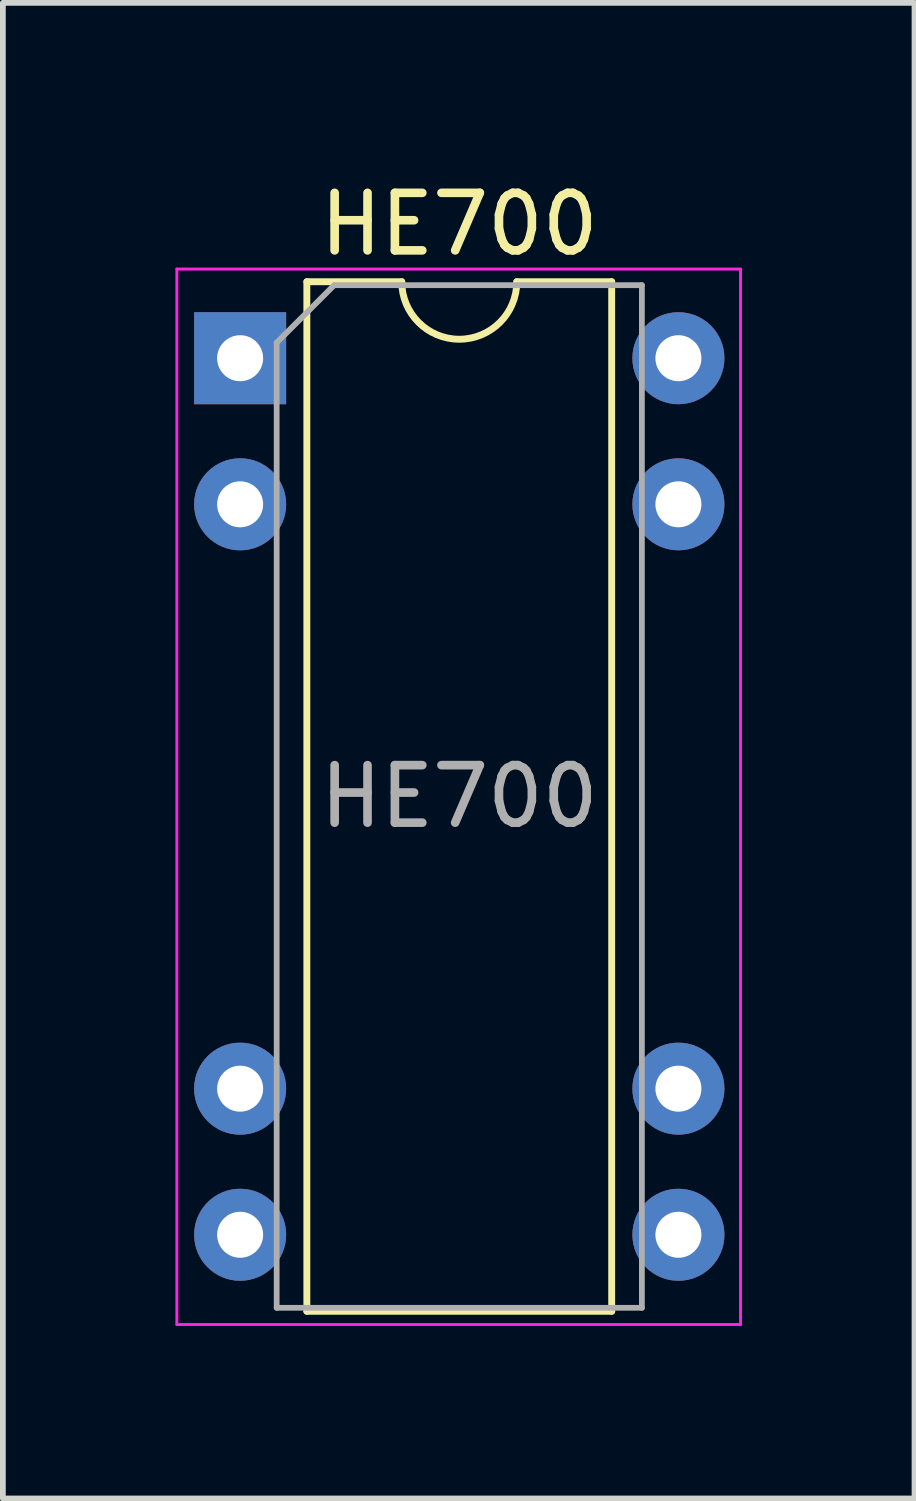
<source format=kicad_pcb>
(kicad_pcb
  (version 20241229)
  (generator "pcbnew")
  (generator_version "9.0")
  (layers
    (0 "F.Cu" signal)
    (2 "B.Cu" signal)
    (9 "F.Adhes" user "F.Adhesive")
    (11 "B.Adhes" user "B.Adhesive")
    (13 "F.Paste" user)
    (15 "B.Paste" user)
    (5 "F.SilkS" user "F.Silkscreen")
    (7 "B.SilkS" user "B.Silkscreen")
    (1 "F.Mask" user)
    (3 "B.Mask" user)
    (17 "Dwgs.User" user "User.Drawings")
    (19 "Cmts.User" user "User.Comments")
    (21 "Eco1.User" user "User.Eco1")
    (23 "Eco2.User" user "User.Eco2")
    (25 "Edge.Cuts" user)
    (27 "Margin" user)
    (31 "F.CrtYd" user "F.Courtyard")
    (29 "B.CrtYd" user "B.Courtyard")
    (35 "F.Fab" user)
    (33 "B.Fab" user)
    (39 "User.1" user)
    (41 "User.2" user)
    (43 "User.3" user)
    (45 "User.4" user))
  (footprint "HE700"
    (layer "F.Cu")
    (at 1.125 3.178)
    (property "Reference" "HE700" (at 3.81 -2.33 0) (layer "F.SilkS") (effects (font (size 1 1) (thickness 0.15))))
    (attr through_hole)
    (fp_line (start 1.16 -1.33) (end 1.16 16.57) (stroke (width 0.12) (type solid)) (layer "F.SilkS"))
    (fp_line (start 1.16 16.57) (end 6.46 16.57) (stroke (width 0.12) (type solid)) (layer "F.SilkS"))
    (fp_line (start 2.81 -1.33) (end 1.16 -1.33) (stroke (width 0.12) (type solid)) (layer "F.SilkS"))
    (fp_line (start 6.46 -1.33) (end 4.81 -1.33) (stroke (width 0.12) (type solid)) (layer "F.SilkS"))
    (fp_line (start 6.46 16.57) (end 6.46 -1.33) (stroke (width 0.12) (type solid)) (layer "F.SilkS"))
    (fp_arc (start 4.81 -1.33) (mid 3.81 -0.33) (end 2.81 -1.33) (stroke (width 0.12) (type solid)) (layer "F.SilkS"))
    (fp_line (start -1.1 -1.55) (end -1.1 16.8) (stroke (width 0.05) (type solid)) (layer "F.CrtYd"))
    (fp_line (start -1.1 16.8) (end 8.7 16.8) (stroke (width 0.05) (type solid)) (layer "F.CrtYd"))
    (fp_line (start 8.7 -1.55) (end -1.1 -1.55) (stroke (width 0.05) (type solid)) (layer "F.CrtYd"))
    (fp_line (start 8.7 16.8) (end 8.7 -1.55) (stroke (width 0.05) (type solid)) (layer "F.CrtYd"))
    (fp_line (start 0.635 -0.27) (end 1.635 -1.27) (stroke (width 0.1) (type solid)) (layer "F.Fab"))
    (fp_line (start 0.635 16.51) (end 0.635 -0.27) (stroke (width 0.1) (type solid)) (layer "F.Fab"))
    (fp_line (start 1.635 -1.27) (end 6.985 -1.27) (stroke (width 0.1) (type solid)) (layer "F.Fab"))
    (fp_line (start 6.985 -1.27) (end 6.985 16.51) (stroke (width 0.1) (type solid)) (layer "F.Fab"))
    (fp_line (start 6.985 16.51) (end 0.635 16.51) (stroke (width 0.1) (type solid)) (layer "F.Fab"))
    (fp_text user "${REFERENCE}" (at 3.81 7.62 0) (layer "F.Fab") (effects (font (size 1 1) (thickness 0.15))))
    (pad "1" thru_hole rect (at 0 0) (size 1.6 1.6) (drill 0.8) (layers "*.Cu" "*.Mask"))
    (pad "2" thru_hole oval (at 0 2.54) (size 1.6 1.6) (drill 0.8) (layers "*.Cu" "*.Mask"))
    (pad "6" thru_hole oval (at 0 12.7) (size 1.6 1.6) (drill 0.8) (layers "*.Cu" "*.Mask"))
    (pad "7" thru_hole oval (at 0 15.24) (size 1.6 1.6) (drill 0.8) (layers "*.Cu" "*.Mask"))
    (pad "8" thru_hole oval (at 7.62 15.24) (size 1.6 1.6) (drill 0.8) (layers "*.Cu" "*.Mask"))
    (pad "9" thru_hole oval (at 7.62 12.7) (size 1.6 1.6) (drill 0.8) (layers "*.Cu" "*.Mask"))
    (pad "13" thru_hole oval (at 7.62 2.54) (size 1.6 1.6) (drill 0.8) (layers "*.Cu" "*.Mask"))
    (pad "14" thru_hole oval (at 7.62 0) (size 1.6 1.6) (drill 0.8) (layers "*.Cu" "*.Mask")))
  (gr_rect
    (start -3 -3)
    (end 12.85 23.003)
    (stroke (width 0.1) (type default))
    (fill no)
    (layer "Edge.Cuts")))
</source>
